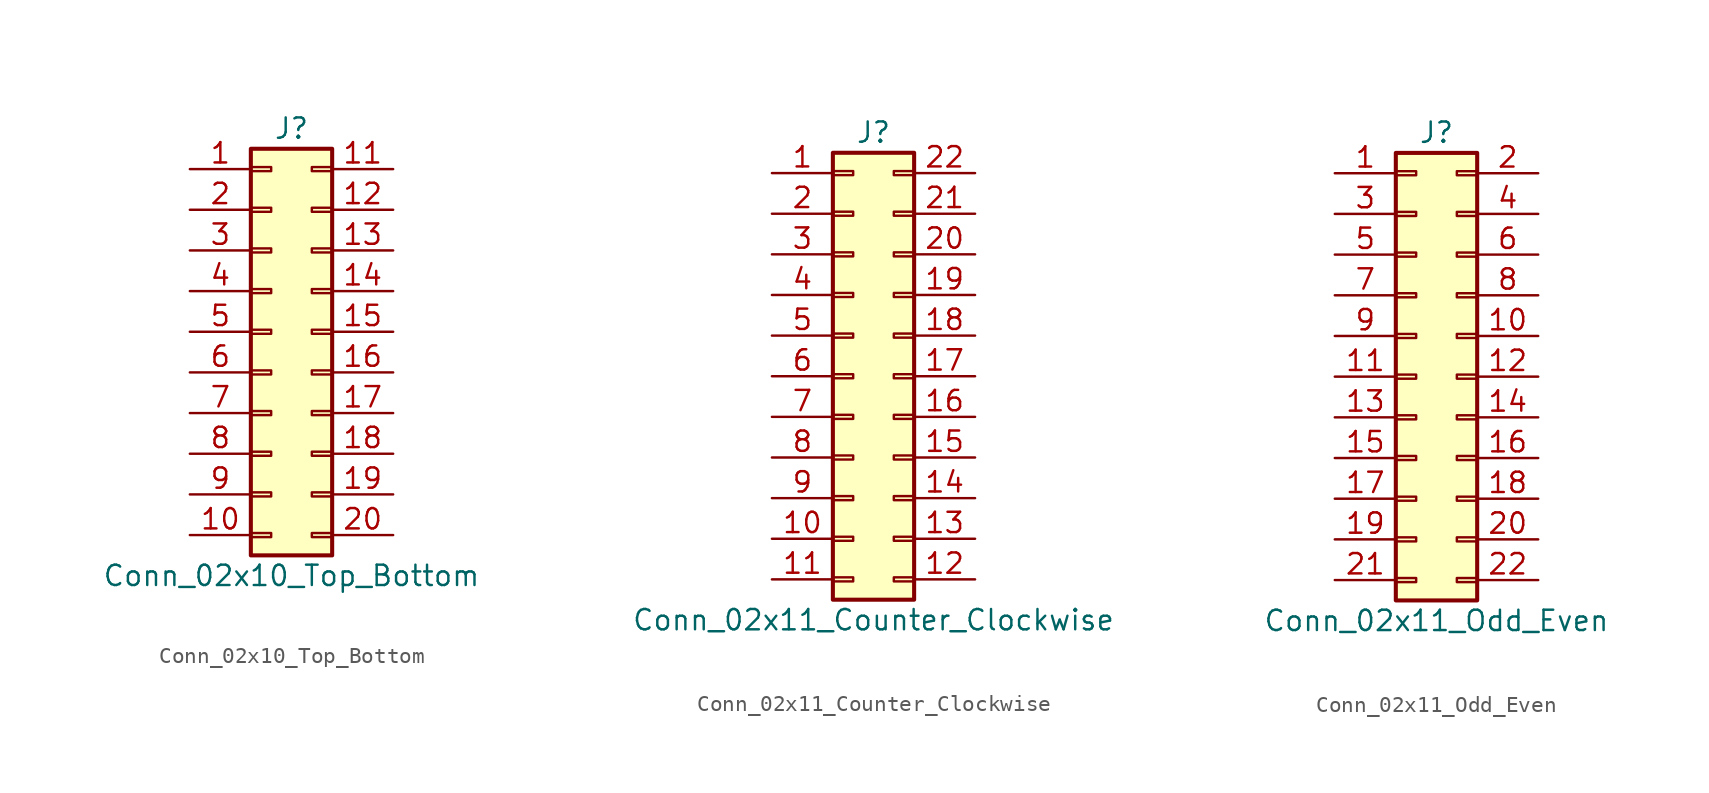
<source format=kicad_sym>
(kicad_symbol_lib
  (version 20201005)
  (generator kicad_symbol_editor)
  (symbol "Conn_02x10_Top_Bottom"
    (pin_names
      (offset 1.016) hide)
    (property "Reference" "J"
      (at 1.27 12.7 0)
      (effects (font (size 1.27 1.27))))
    (property "Value" "Conn_02x10_Top_Bottom"
      (at 1.27 -15.24 0)
      (effects (font (size 1.27 1.27))))
    (symbol "Conn_02x10_Top_Bottom_1_1"
      (rectangle (start -1.27 -12.573) (end 0 -12.827) (stroke (width 0.152)) (fill (type none)))
      (rectangle (start -1.27 -10.033) (end 0 -10.287) (stroke (width 0.152)) (fill (type none)))
      (rectangle (start -1.27 -7.493) (end 0 -7.747) (stroke (width 0.152)) (fill (type none)))
      (rectangle (start -1.27 -4.953) (end 0 -5.207) (stroke (width 0.152)) (fill (type none)))
      (rectangle (start -1.27 -2.413) (end 0 -2.667) (stroke (width 0.152)) (fill (type none)))
      (rectangle (start -1.27 0.127) (end 0 -0.127) (stroke (width 0.152)) (fill (type none)))
      (rectangle (start -1.27 2.667) (end 0 2.413) (stroke (width 0.152)) (fill (type none)))
      (rectangle (start -1.27 5.207) (end 0 4.953) (stroke (width 0.152)) (fill (type none)))
      (rectangle (start -1.27 7.747) (end 0 7.493) (stroke (width 0.152)) (fill (type none)))
      (rectangle (start -1.27 10.287) (end 0 10.033) (stroke (width 0.152)) (fill (type none)))
      (rectangle (start 3.81 -12.573) (end 2.54 -12.827) (stroke (width 0.152)) (fill (type none)))
      (rectangle (start 3.81 -10.033) (end 2.54 -10.287) (stroke (width 0.152)) (fill (type none)))
      (rectangle (start 3.81 -7.493) (end 2.54 -7.747) (stroke (width 0.152)) (fill (type none)))
      (rectangle (start 3.81 -4.953) (end 2.54 -5.207) (stroke (width 0.152)) (fill (type none)))
      (rectangle (start 3.81 -2.413) (end 2.54 -2.667) (stroke (width 0.152)) (fill (type none)))
      (rectangle (start 3.81 0.127) (end 2.54 -0.127) (stroke (width 0.152)) (fill (type none)))
      (rectangle (start 3.81 2.667) (end 2.54 2.413) (stroke (width 0.152)) (fill (type none)))
      (rectangle (start 3.81 5.207) (end 2.54 4.953) (stroke (width 0.152)) (fill (type none)))
      (rectangle (start 3.81 7.747) (end 2.54 7.493) (stroke (width 0.152)) (fill (type none)))
      (rectangle (start 3.81 10.287) (end 2.54 10.033) (stroke (width 0.152)) (fill (type none)))
      (rectangle (start -1.27 11.43) (end 3.81 -13.97) (stroke (width 0.254)) (fill (type background)))
      (pin passive line (at -5.08 10.16 0) (length 3.81) (name "Pin_1" (effects (font (size 1.27 1.27)))) (number "1" (effects (font (size 1.27 1.27)))))
      (pin passive line (at -5.08 -12.7 0) (length 3.81) (name "Pin_10" (effects (font (size 1.27 1.27)))) (number "10" (effects (font (size 1.27 1.27)))))
      (pin passive line (at 7.62 10.16 180) (length 3.81) (name "Pin_11" (effects (font (size 1.27 1.27)))) (number "11" (effects (font (size 1.27 1.27)))))
      (pin passive line (at 7.62 7.62 180) (length 3.81) (name "Pin_12" (effects (font (size 1.27 1.27)))) (number "12" (effects (font (size 1.27 1.27)))))
      (pin passive line (at 7.62 5.08 180) (length 3.81) (name "Pin_13" (effects (font (size 1.27 1.27)))) (number "13" (effects (font (size 1.27 1.27)))))
      (pin passive line (at 7.62 2.54 180) (length 3.81) (name "Pin_14" (effects (font (size 1.27 1.27)))) (number "14" (effects (font (size 1.27 1.27)))))
      (pin passive line (at 7.62 0 180) (length 3.81) (name "Pin_15" (effects (font (size 1.27 1.27)))) (number "15" (effects (font (size 1.27 1.27)))))
      (pin passive line (at 7.62 -2.54 180) (length 3.81) (name "Pin_16" (effects (font (size 1.27 1.27)))) (number "16" (effects (font (size 1.27 1.27)))))
      (pin passive line (at 7.62 -5.08 180) (length 3.81) (name "Pin_17" (effects (font (size 1.27 1.27)))) (number "17" (effects (font (size 1.27 1.27)))))
      (pin passive line (at 7.62 -7.62 180) (length 3.81) (name "Pin_18" (effects (font (size 1.27 1.27)))) (number "18" (effects (font (size 1.27 1.27)))))
      (pin passive line (at 7.62 -10.16 180) (length 3.81) (name "Pin_19" (effects (font (size 1.27 1.27)))) (number "19" (effects (font (size 1.27 1.27)))))
      (pin passive line (at -5.08 7.62 0) (length 3.81) (name "Pin_2" (effects (font (size 1.27 1.27)))) (number "2" (effects (font (size 1.27 1.27)))))
      (pin passive line (at 7.62 -12.7 180) (length 3.81) (name "Pin_20" (effects (font (size 1.27 1.27)))) (number "20" (effects (font (size 1.27 1.27)))))
      (pin passive line (at -5.08 5.08 0) (length 3.81) (name "Pin_3" (effects (font (size 1.27 1.27)))) (number "3" (effects (font (size 1.27 1.27)))))
      (pin passive line (at -5.08 2.54 0) (length 3.81) (name "Pin_4" (effects (font (size 1.27 1.27)))) (number "4" (effects (font (size 1.27 1.27)))))
      (pin passive line (at -5.08 0 0) (length 3.81) (name "Pin_5" (effects (font (size 1.27 1.27)))) (number "5" (effects (font (size 1.27 1.27)))))
      (pin passive line (at -5.08 -2.54 0) (length 3.81) (name "Pin_6" (effects (font (size 1.27 1.27)))) (number "6" (effects (font (size 1.27 1.27)))))
      (pin passive line (at -5.08 -5.08 0) (length 3.81) (name "Pin_7" (effects (font (size 1.27 1.27)))) (number "7" (effects (font (size 1.27 1.27)))))
      (pin passive line (at -5.08 -7.62 0) (length 3.81) (name "Pin_8" (effects (font (size 1.27 1.27)))) (number "8" (effects (font (size 1.27 1.27)))))
      (pin passive line (at -5.08 -10.16 0) (length 3.81) (name "Pin_9" (effects (font (size 1.27 1.27)))) (number "9" (effects (font (size 1.27 1.27)))))))
  (symbol "Conn_02x11_Counter_Clockwise"
    (pin_names
      (offset 1.016) hide)
    (property "Reference" "J"
      (at 1.27 15.24 0)
      (effects (font (size 1.27 1.27))))
    (property "Value" "Conn_02x11_Counter_Clockwise"
      (at 1.27 -15.24 0)
      (effects (font (size 1.27 1.27))))
    (symbol "Conn_02x11_Counter_Clockwise_1_1"
      (rectangle (start -1.27 -12.573) (end 0 -12.827) (stroke (width 0.152)) (fill (type none)))
      (rectangle (start -1.27 -10.033) (end 0 -10.287) (stroke (width 0.152)) (fill (type none)))
      (rectangle (start -1.27 -7.493) (end 0 -7.747) (stroke (width 0.152)) (fill (type none)))
      (rectangle (start -1.27 -4.953) (end 0 -5.207) (stroke (width 0.152)) (fill (type none)))
      (rectangle (start -1.27 -2.413) (end 0 -2.667) (stroke (width 0.152)) (fill (type none)))
      (rectangle (start -1.27 0.127) (end 0 -0.127) (stroke (width 0.152)) (fill (type none)))
      (rectangle (start -1.27 2.667) (end 0 2.413) (stroke (width 0.152)) (fill (type none)))
      (rectangle (start -1.27 5.207) (end 0 4.953) (stroke (width 0.152)) (fill (type none)))
      (rectangle (start -1.27 7.747) (end 0 7.493) (stroke (width 0.152)) (fill (type none)))
      (rectangle (start -1.27 10.287) (end 0 10.033) (stroke (width 0.152)) (fill (type none)))
      (rectangle (start -1.27 12.827) (end 0 12.573) (stroke (width 0.152)) (fill (type none)))
      (rectangle (start 3.81 -12.573) (end 2.54 -12.827) (stroke (width 0.152)) (fill (type none)))
      (rectangle (start 3.81 -10.033) (end 2.54 -10.287) (stroke (width 0.152)) (fill (type none)))
      (rectangle (start 3.81 -7.493) (end 2.54 -7.747) (stroke (width 0.152)) (fill (type none)))
      (rectangle (start 3.81 -4.953) (end 2.54 -5.207) (stroke (width 0.152)) (fill (type none)))
      (rectangle (start 3.81 -2.413) (end 2.54 -2.667) (stroke (width 0.152)) (fill (type none)))
      (rectangle (start 3.81 0.127) (end 2.54 -0.127) (stroke (width 0.152)) (fill (type none)))
      (rectangle (start 3.81 2.667) (end 2.54 2.413) (stroke (width 0.152)) (fill (type none)))
      (rectangle (start 3.81 5.207) (end 2.54 4.953) (stroke (width 0.152)) (fill (type none)))
      (rectangle (start 3.81 7.747) (end 2.54 7.493) (stroke (width 0.152)) (fill (type none)))
      (rectangle (start 3.81 10.287) (end 2.54 10.033) (stroke (width 0.152)) (fill (type none)))
      (rectangle (start 3.81 12.827) (end 2.54 12.573) (stroke (width 0.152)) (fill (type none)))
      (rectangle (start -1.27 13.97) (end 3.81 -13.97) (stroke (width 0.254)) (fill (type background)))
      (pin passive line (at -5.08 12.7 0) (length 3.81) (name "Pin_1" (effects (font (size 1.27 1.27)))) (number "1" (effects (font (size 1.27 1.27)))))
      (pin passive line (at -5.08 -10.16 0) (length 3.81) (name "Pin_10" (effects (font (size 1.27 1.27)))) (number "10" (effects (font (size 1.27 1.27)))))
      (pin passive line (at -5.08 -12.7 0) (length 3.81) (name "Pin_11" (effects (font (size 1.27 1.27)))) (number "11" (effects (font (size 1.27 1.27)))))
      (pin passive line (at 7.62 -12.7 180) (length 3.81) (name "Pin_12" (effects (font (size 1.27 1.27)))) (number "12" (effects (font (size 1.27 1.27)))))
      (pin passive line (at 7.62 -10.16 180) (length 3.81) (name "Pin_13" (effects (font (size 1.27 1.27)))) (number "13" (effects (font (size 1.27 1.27)))))
      (pin passive line (at 7.62 -7.62 180) (length 3.81) (name "Pin_14" (effects (font (size 1.27 1.27)))) (number "14" (effects (font (size 1.27 1.27)))))
      (pin passive line (at 7.62 -5.08 180) (length 3.81) (name "Pin_15" (effects (font (size 1.27 1.27)))) (number "15" (effects (font (size 1.27 1.27)))))
      (pin passive line (at 7.62 -2.54 180) (length 3.81) (name "Pin_16" (effects (font (size 1.27 1.27)))) (number "16" (effects (font (size 1.27 1.27)))))
      (pin passive line (at 7.62 0 180) (length 3.81) (name "Pin_17" (effects (font (size 1.27 1.27)))) (number "17" (effects (font (size 1.27 1.27)))))
      (pin passive line (at 7.62 2.54 180) (length 3.81) (name "Pin_18" (effects (font (size 1.27 1.27)))) (number "18" (effects (font (size 1.27 1.27)))))
      (pin passive line (at 7.62 5.08 180) (length 3.81) (name "Pin_19" (effects (font (size 1.27 1.27)))) (number "19" (effects (font (size 1.27 1.27)))))
      (pin passive line (at -5.08 10.16 0) (length 3.81) (name "Pin_2" (effects (font (size 1.27 1.27)))) (number "2" (effects (font (size 1.27 1.27)))))
      (pin passive line (at 7.62 7.62 180) (length 3.81) (name "Pin_20" (effects (font (size 1.27 1.27)))) (number "20" (effects (font (size 1.27 1.27)))))
      (pin passive line (at 7.62 10.16 180) (length 3.81) (name "Pin_21" (effects (font (size 1.27 1.27)))) (number "21" (effects (font (size 1.27 1.27)))))
      (pin passive line (at 7.62 12.7 180) (length 3.81) (name "Pin_22" (effects (font (size 1.27 1.27)))) (number "22" (effects (font (size 1.27 1.27)))))
      (pin passive line (at -5.08 7.62 0) (length 3.81) (name "Pin_3" (effects (font (size 1.27 1.27)))) (number "3" (effects (font (size 1.27 1.27)))))
      (pin passive line (at -5.08 5.08 0) (length 3.81) (name "Pin_4" (effects (font (size 1.27 1.27)))) (number "4" (effects (font (size 1.27 1.27)))))
      (pin passive line (at -5.08 2.54 0) (length 3.81) (name "Pin_5" (effects (font (size 1.27 1.27)))) (number "5" (effects (font (size 1.27 1.27)))))
      (pin passive line (at -5.08 0 0) (length 3.81) (name "Pin_6" (effects (font (size 1.27 1.27)))) (number "6" (effects (font (size 1.27 1.27)))))
      (pin passive line (at -5.08 -2.54 0) (length 3.81) (name "Pin_7" (effects (font (size 1.27 1.27)))) (number "7" (effects (font (size 1.27 1.27)))))
      (pin passive line (at -5.08 -5.08 0) (length 3.81) (name "Pin_8" (effects (font (size 1.27 1.27)))) (number "8" (effects (font (size 1.27 1.27)))))
      (pin passive line (at -5.08 -7.62 0) (length 3.81) (name "Pin_9" (effects (font (size 1.27 1.27)))) (number "9" (effects (font (size 1.27 1.27)))))))
  (symbol "Conn_02x11_Odd_Even"
    (pin_names
      (offset 1.016) hide)
    (property "Reference" "J"
      (at 1.27 15.24 0)
      (effects (font (size 1.27 1.27))))
    (property "Value" "Conn_02x11_Odd_Even"
      (at 1.27 -15.24 0)
      (effects (font (size 1.27 1.27))))
    (symbol "Conn_02x11_Odd_Even_1_1"
      (rectangle (start -1.27 -12.573) (end 0 -12.827) (stroke (width 0.152)) (fill (type none)))
      (rectangle (start -1.27 -10.033) (end 0 -10.287) (stroke (width 0.152)) (fill (type none)))
      (rectangle (start -1.27 -7.493) (end 0 -7.747) (stroke (width 0.152)) (fill (type none)))
      (rectangle (start -1.27 -4.953) (end 0 -5.207) (stroke (width 0.152)) (fill (type none)))
      (rectangle (start -1.27 -2.413) (end 0 -2.667) (stroke (width 0.152)) (fill (type none)))
      (rectangle (start -1.27 0.127) (end 0 -0.127) (stroke (width 0.152)) (fill (type none)))
      (rectangle (start -1.27 2.667) (end 0 2.413) (stroke (width 0.152)) (fill (type none)))
      (rectangle (start -1.27 5.207) (end 0 4.953) (stroke (width 0.152)) (fill (type none)))
      (rectangle (start -1.27 7.747) (end 0 7.493) (stroke (width 0.152)) (fill (type none)))
      (rectangle (start -1.27 10.287) (end 0 10.033) (stroke (width 0.152)) (fill (type none)))
      (rectangle (start -1.27 12.827) (end 0 12.573) (stroke (width 0.152)) (fill (type none)))
      (rectangle (start 3.81 -12.573) (end 2.54 -12.827) (stroke (width 0.152)) (fill (type none)))
      (rectangle (start 3.81 -10.033) (end 2.54 -10.287) (stroke (width 0.152)) (fill (type none)))
      (rectangle (start 3.81 -7.493) (end 2.54 -7.747) (stroke (width 0.152)) (fill (type none)))
      (rectangle (start 3.81 -4.953) (end 2.54 -5.207) (stroke (width 0.152)) (fill (type none)))
      (rectangle (start 3.81 -2.413) (end 2.54 -2.667) (stroke (width 0.152)) (fill (type none)))
      (rectangle (start 3.81 0.127) (end 2.54 -0.127) (stroke (width 0.152)) (fill (type none)))
      (rectangle (start 3.81 2.667) (end 2.54 2.413) (stroke (width 0.152)) (fill (type none)))
      (rectangle (start 3.81 5.207) (end 2.54 4.953) (stroke (width 0.152)) (fill (type none)))
      (rectangle (start 3.81 7.747) (end 2.54 7.493) (stroke (width 0.152)) (fill (type none)))
      (rectangle (start 3.81 10.287) (end 2.54 10.033) (stroke (width 0.152)) (fill (type none)))
      (rectangle (start 3.81 12.827) (end 2.54 12.573) (stroke (width 0.152)) (fill (type none)))
      (rectangle (start -1.27 13.97) (end 3.81 -13.97) (stroke (width 0.254)) (fill (type background)))
      (pin passive line (at -5.08 12.7 0) (length 3.81) (name "Pin_1" (effects (font (size 1.27 1.27)))) (number "1" (effects (font (size 1.27 1.27)))))
      (pin passive line (at 7.62 2.54 180) (length 3.81) (name "Pin_10" (effects (font (size 1.27 1.27)))) (number "10" (effects (font (size 1.27 1.27)))))
      (pin passive line (at -5.08 0 0) (length 3.81) (name "Pin_11" (effects (font (size 1.27 1.27)))) (number "11" (effects (font (size 1.27 1.27)))))
      (pin passive line (at 7.62 0 180) (length 3.81) (name "Pin_12" (effects (font (size 1.27 1.27)))) (number "12" (effects (font (size 1.27 1.27)))))
      (pin passive line (at -5.08 -2.54 0) (length 3.81) (name "Pin_13" (effects (font (size 1.27 1.27)))) (number "13" (effects (font (size 1.27 1.27)))))
      (pin passive line (at 7.62 -2.54 180) (length 3.81) (name "Pin_14" (effects (font (size 1.27 1.27)))) (number "14" (effects (font (size 1.27 1.27)))))
      (pin passive line (at -5.08 -5.08 0) (length 3.81) (name "Pin_15" (effects (font (size 1.27 1.27)))) (number "15" (effects (font (size 1.27 1.27)))))
      (pin passive line (at 7.62 -5.08 180) (length 3.81) (name "Pin_16" (effects (font (size 1.27 1.27)))) (number "16" (effects (font (size 1.27 1.27)))))
      (pin passive line (at -5.08 -7.62 0) (length 3.81) (name "Pin_17" (effects (font (size 1.27 1.27)))) (number "17" (effects (font (size 1.27 1.27)))))
      (pin passive line (at 7.62 -7.62 180) (length 3.81) (name "Pin_18" (effects (font (size 1.27 1.27)))) (number "18" (effects (font (size 1.27 1.27)))))
      (pin passive line (at -5.08 -10.16 0) (length 3.81) (name "Pin_19" (effects (font (size 1.27 1.27)))) (number "19" (effects (font (size 1.27 1.27)))))
      (pin passive line (at 7.62 12.7 180) (length 3.81) (name "Pin_2" (effects (font (size 1.27 1.27)))) (number "2" (effects (font (size 1.27 1.27)))))
      (pin passive line (at 7.62 -10.16 180) (length 3.81) (name "Pin_20" (effects (font (size 1.27 1.27)))) (number "20" (effects (font (size 1.27 1.27)))))
      (pin passive line (at -5.08 -12.7 0) (length 3.81) (name "Pin_21" (effects (font (size 1.27 1.27)))) (number "21" (effects (font (size 1.27 1.27)))))
      (pin passive line (at 7.62 -12.7 180) (length 3.81) (name "Pin_22" (effects (font (size 1.27 1.27)))) (number "22" (effects (font (size 1.27 1.27)))))
      (pin passive line (at -5.08 10.16 0) (length 3.81) (name "Pin_3" (effects (font (size 1.27 1.27)))) (number "3" (effects (font (size 1.27 1.27)))))
      (pin passive line (at 7.62 10.16 180) (length 3.81) (name "Pin_4" (effects (font (size 1.27 1.27)))) (number "4" (effects (font (size 1.27 1.27)))))
      (pin passive line (at -5.08 7.62 0) (length 3.81) (name "Pin_5" (effects (font (size 1.27 1.27)))) (number "5" (effects (font (size 1.27 1.27)))))
      (pin passive line (at 7.62 7.62 180) (length 3.81) (name "Pin_6" (effects (font (size 1.27 1.27)))) (number "6" (effects (font (size 1.27 1.27)))))
      (pin passive line (at -5.08 5.08 0) (length 3.81) (name "Pin_7" (effects (font (size 1.27 1.27)))) (number "7" (effects (font (size 1.27 1.27)))))
      (pin passive line (at 7.62 5.08 180) (length 3.81) (name "Pin_8" (effects (font (size 1.27 1.27)))) (number "8" (effects (font (size 1.27 1.27)))))
      (pin passive line (at -5.08 2.54 0) (length 3.81) (name "Pin_9" (effects (font (size 1.27 1.27)))) (number "9" (effects (font (size 1.27 1.27))))))))
</source>
